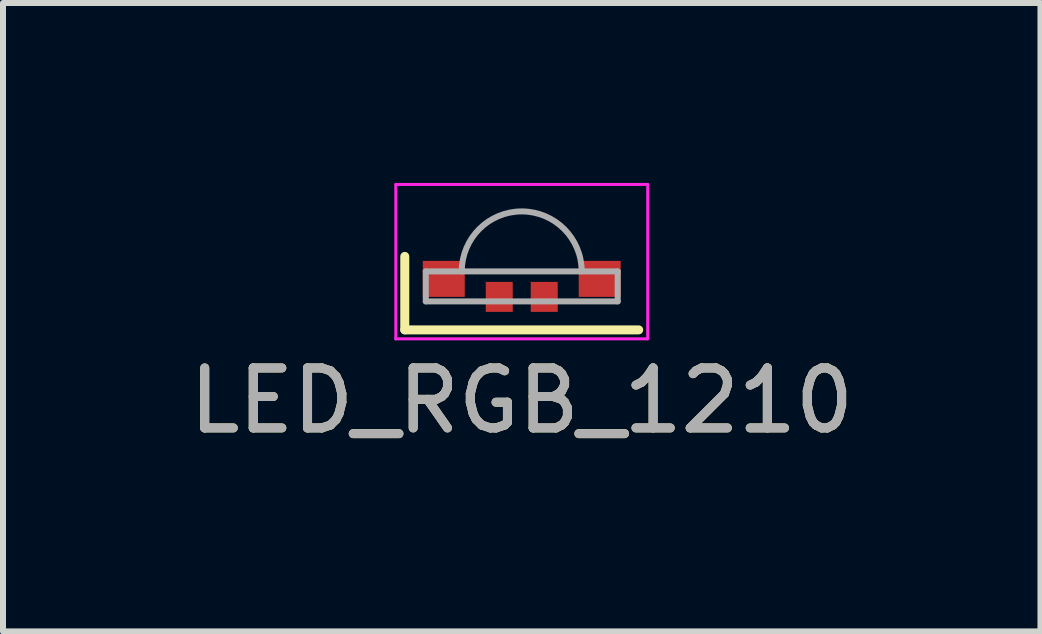
<source format=kicad_pcb>
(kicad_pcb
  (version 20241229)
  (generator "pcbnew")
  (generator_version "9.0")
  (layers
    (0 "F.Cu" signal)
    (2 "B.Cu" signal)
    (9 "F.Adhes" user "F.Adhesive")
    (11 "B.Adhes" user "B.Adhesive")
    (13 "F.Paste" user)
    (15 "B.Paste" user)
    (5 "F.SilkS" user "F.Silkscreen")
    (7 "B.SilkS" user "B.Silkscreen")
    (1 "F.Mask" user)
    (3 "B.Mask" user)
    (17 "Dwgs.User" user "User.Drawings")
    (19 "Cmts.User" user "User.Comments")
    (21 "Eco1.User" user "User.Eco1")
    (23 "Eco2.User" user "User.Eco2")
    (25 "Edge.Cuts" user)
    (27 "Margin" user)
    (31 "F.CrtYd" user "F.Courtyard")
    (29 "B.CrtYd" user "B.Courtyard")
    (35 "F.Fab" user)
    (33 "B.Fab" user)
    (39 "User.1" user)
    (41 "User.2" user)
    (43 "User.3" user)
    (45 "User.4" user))
  (footprint "LED_RGB_1210"
    (layer "F.Cu")
    (at 5.649 1.725)
    (property "Reference" "LED_RGB_1210" (at 0 1.905 0) (layer "F.SilkS") (effects (font (size 1 1) (thickness 0.15))))
    (attr smd)
    (fp_line (start -1.95 -0.5) (end -1.95 0.725) (stroke (width 0.15) (type solid)) (layer "F.SilkS"))
    (fp_line (start 1.95 0.725) (end -1.95 0.725) (stroke (width 0.15) (type solid)) (layer "F.SilkS"))
    (fp_line (start -2.1 -1.7) (end -2.1 0.875) (stroke (width 0.05) (type solid)) (layer "F.CrtYd"))
    (fp_line (start -2.1 0.875) (end 2.1 0.875) (stroke (width 0.05) (type solid)) (layer "F.CrtYd"))
    (fp_line (start 2.1 -1.7) (end -2.1 -1.7) (stroke (width 0.05) (type solid)) (layer "F.CrtYd"))
    (fp_line (start 2.1 0.875) (end 2.1 -1.7) (stroke (width 0.05) (type solid)) (layer "F.CrtYd"))
    (fp_line (start -1.6 -0.25) (end 1.6 -0.25) (stroke (width 0.1) (type solid)) (layer "F.Fab"))
    (fp_line (start -1.6 0.25) (end -1.6 -0.25) (stroke (width 0.1) (type solid)) (layer "F.Fab"))
    (fp_line (start 1.6 -0.25) (end 1.6 0.25) (stroke (width 0.1) (type solid)) (layer "F.Fab"))
    (fp_line (start 1.6 0.25) (end -1.6 0.25) (stroke (width 0.1) (type solid)) (layer "F.Fab"))
    (fp_arc (start -1 -0.25) (mid 0 -1.25) (end 1 -0.25) (stroke (width 0.1) (type solid)) (layer "F.Fab"))
    (fp_text user "${REFERENCE}" (at 0 1.905 0) (layer "F.Fab") (effects (font (size 1 1) (thickness 0.15))))
    (pad "1" smd rect (at -1.3 -0.125 180) (size 0.7 0.6) (layers "F.Cu" "F.Mask" "F.Paste"))
    (pad "2" smd rect (at -0.375 0.175 180) (size 0.45 0.5) (layers "F.Cu" "F.Mask" "F.Paste"))
    (pad "3" smd rect (at 0.375 0.175 180) (size 0.45 0.5) (layers "F.Cu" "F.Mask" "F.Paste"))
    (pad "4" smd rect (at 1.3 -0.125 180) (size 0.7 0.6) (layers "F.Cu" "F.Mask" "F.Paste")))
  (gr_rect
    (start -3 -3)
    (end 14.298 7.478)
    (stroke (width 0.1) (type default))
    (fill no)
    (layer "Edge.Cuts")))
</source>
